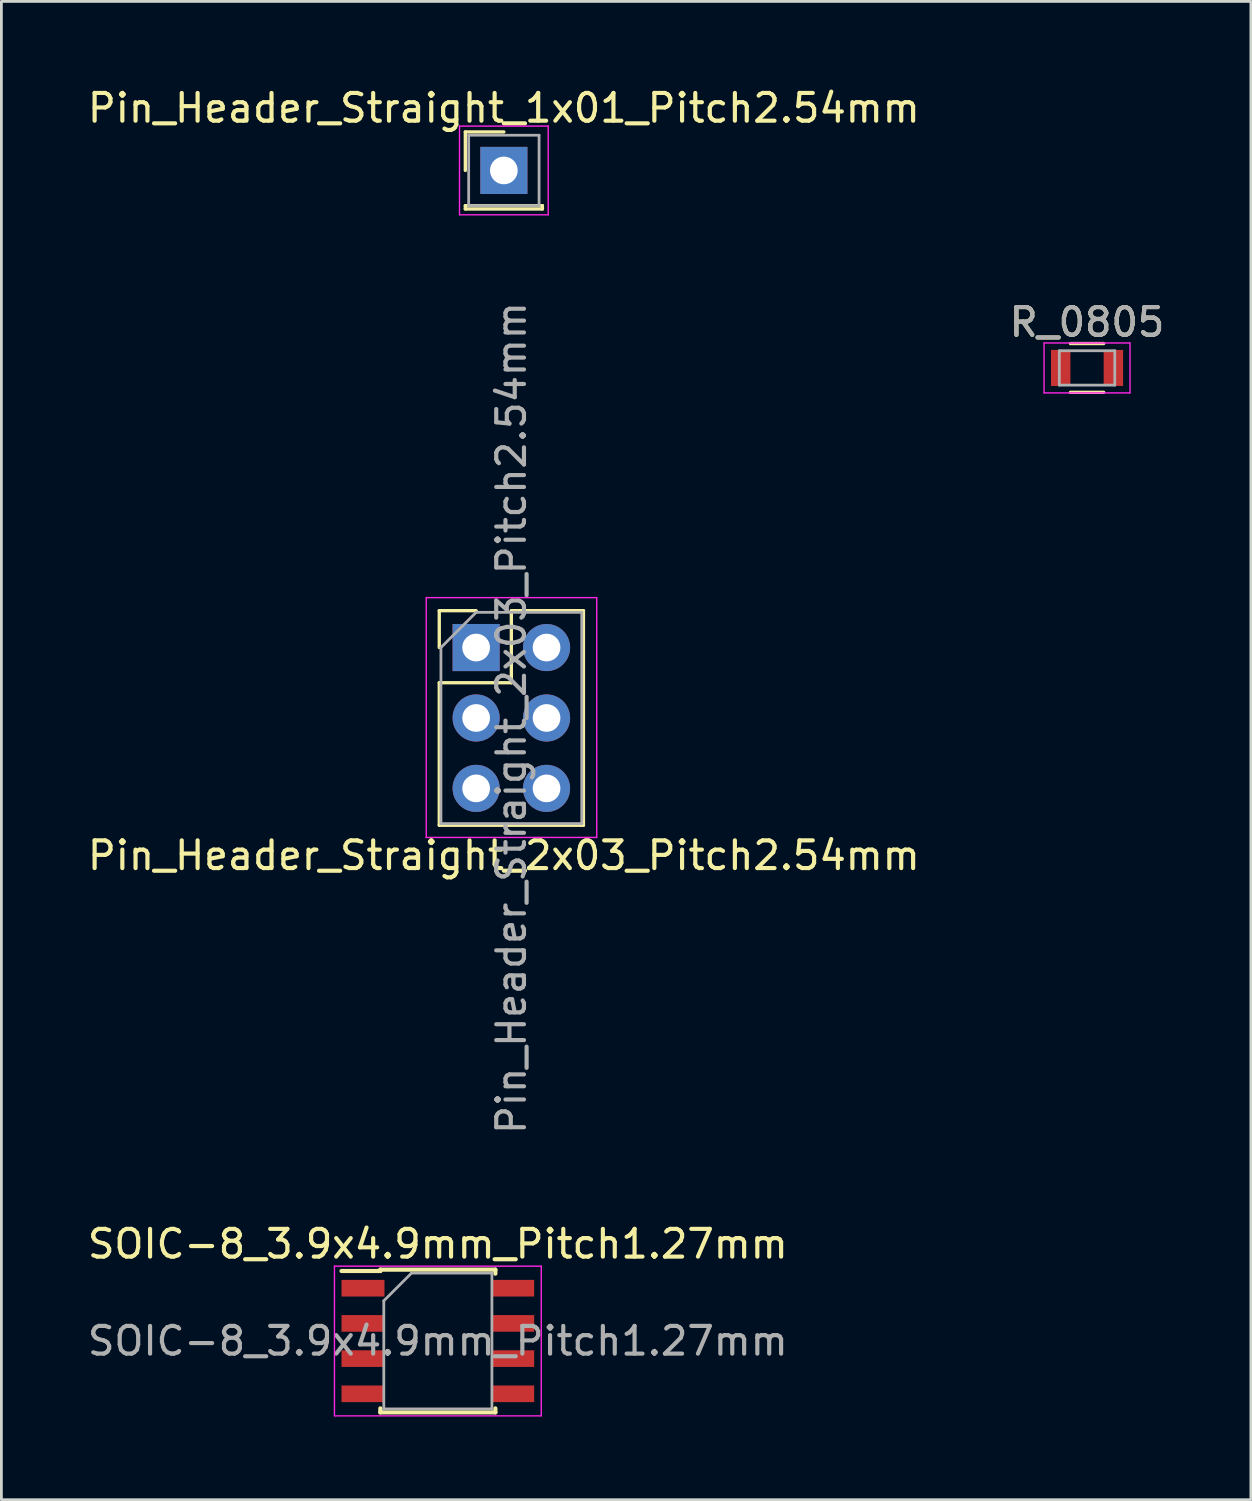
<source format=kicad_pcb>
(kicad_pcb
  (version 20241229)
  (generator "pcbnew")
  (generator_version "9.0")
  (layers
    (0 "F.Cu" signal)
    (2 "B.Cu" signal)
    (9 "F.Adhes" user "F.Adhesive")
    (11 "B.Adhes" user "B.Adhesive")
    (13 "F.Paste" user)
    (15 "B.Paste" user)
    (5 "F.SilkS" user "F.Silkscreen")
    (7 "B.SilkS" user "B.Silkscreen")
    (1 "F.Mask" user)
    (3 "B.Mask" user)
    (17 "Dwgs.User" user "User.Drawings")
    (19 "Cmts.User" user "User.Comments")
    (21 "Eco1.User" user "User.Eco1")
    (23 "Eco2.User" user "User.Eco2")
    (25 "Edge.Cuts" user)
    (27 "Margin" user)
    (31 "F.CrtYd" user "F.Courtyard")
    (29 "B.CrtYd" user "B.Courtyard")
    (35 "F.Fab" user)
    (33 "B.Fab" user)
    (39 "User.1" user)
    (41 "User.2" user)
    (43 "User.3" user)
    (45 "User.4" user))
  (footprint "Pin_Header_Straight_1x01_Pitch2.54mm"
    (layer "F.Cu")
    (at 15.125 3.098)
    (property "Reference" "Pin_Header_Straight_1x01_Pitch2.54mm" (at 0 -2.25 0) (layer "F.SilkS") (effects (font (size 1 1) (thickness 0.15))))
    (attr through_hole)
    (fp_line (start -1.39 -1.39) (end 0 -1.39) (stroke (width 0.12) (type solid)) (layer "F.SilkS"))
    (fp_line (start -1.39 0) (end -1.39 -1.39) (stroke (width 0.12) (type solid)) (layer "F.SilkS"))
    (fp_line (start -1.39 1.27) (end -1.39 1.39) (stroke (width 0.12) (type solid)) (layer "F.SilkS"))
    (fp_line (start -1.39 1.39) (end 1.39 1.39) (stroke (width 0.12) (type solid)) (layer "F.SilkS"))
    (fp_line (start 1.39 1.27) (end -1.39 1.27) (stroke (width 0.12) (type solid)) (layer "F.SilkS"))
    (fp_line (start 1.39 1.39) (end 1.39 1.27) (stroke (width 0.12) (type solid)) (layer "F.SilkS"))
    (fp_line (start -1.6 -1.6) (end -1.6 1.6) (stroke (width 0.05) (type solid)) (layer "F.CrtYd"))
    (fp_line (start -1.6 1.6) (end 1.6 1.6) (stroke (width 0.05) (type solid)) (layer "F.CrtYd"))
    (fp_line (start 1.6 -1.6) (end -1.6 -1.6) (stroke (width 0.05) (type solid)) (layer "F.CrtYd"))
    (fp_line (start 1.6 1.6) (end 1.6 -1.6) (stroke (width 0.05) (type solid)) (layer "F.CrtYd"))
    (fp_line (start -1.27 -1.27) (end -1.27 1.27) (stroke (width 0.1) (type solid)) (layer "F.Fab"))
    (fp_line (start -1.27 1.27) (end 1.27 1.27) (stroke (width 0.1) (type solid)) (layer "F.Fab"))
    (fp_line (start 1.27 -1.27) (end -1.27 -1.27) (stroke (width 0.1) (type solid)) (layer "F.Fab"))
    (fp_line (start 1.27 1.27) (end 1.27 -1.27) (stroke (width 0.1) (type solid)) (layer "F.Fab"))
    (pad "1" thru_hole rect (at 0 0) (size 1.7 1.7) (drill 1) (layers "*.Cu" "*.Mask")))
  (footprint "R_0805"
    (layer "F.Cu")
    (at 36.161 10.222)
    (property "Reference" "R_0805" (at 0 -1.65 0) (layer "F.SilkS") (effects (font (size 1 1) (thickness 0.15))))
    (attr smd)
    (fp_line (start -0.6 -0.88) (end 0.6 -0.88) (stroke (width 0.12) (type solid)) (layer "F.SilkS"))
    (fp_line (start 0.6 0.88) (end -0.6 0.88) (stroke (width 0.12) (type solid)) (layer "F.SilkS"))
    (fp_line (start -1.55 -0.9) (end -1.55 0.9) (stroke (width 0.05) (type solid)) (layer "F.CrtYd"))
    (fp_line (start -1.55 -0.9) (end 1.55 -0.9) (stroke (width 0.05) (type solid)) (layer "F.CrtYd"))
    (fp_line (start 1.55 0.9) (end -1.55 0.9) (stroke (width 0.05) (type solid)) (layer "F.CrtYd"))
    (fp_line (start 1.55 0.9) (end 1.55 -0.9) (stroke (width 0.05) (type solid)) (layer "F.CrtYd"))
    (fp_line (start -1 -0.62) (end 1 -0.62) (stroke (width 0.1) (type solid)) (layer "F.Fab"))
    (fp_line (start -1 0.62) (end -1 -0.62) (stroke (width 0.1) (type solid)) (layer "F.Fab"))
    (fp_line (start 1 -0.62) (end 1 0.62) (stroke (width 0.1) (type solid)) (layer "F.Fab"))
    (fp_line (start 1 0.62) (end -1 0.62) (stroke (width 0.1) (type solid)) (layer "F.Fab"))
    (fp_text user "${REFERENCE}" (at 0 -1.65 0) (layer "F.Fab") (effects (font (size 1 1) (thickness 0.15))))
    (pad "1" smd rect (at -0.95 0) (size 0.7 1.3) (layers "F.Cu" "F.Mask" "F.Paste"))
    (pad "2" smd rect (at 0.95 0) (size 0.7 1.3) (layers "F.Cu" "F.Mask" "F.Paste")))
  (footprint "Pin_Header_Straight_2x03_Pitch2.54mm"
    (layer "F.Cu")
    (at 14.125 20.308)
    (property "Reference" "Pin_Header_Straight_2x03_Pitch2.54mm" (at 1 7.5 0) (layer "F.SilkS") (effects (font (size 1 1) (thickness 0.15))))
    (attr through_hole)
    (fp_line (start -1.33 -1.33) (end 0 -1.33) (stroke (width 0.12) (type solid)) (layer "F.SilkS"))
    (fp_line (start -1.33 0) (end -1.33 -1.33) (stroke (width 0.12) (type solid)) (layer "F.SilkS"))
    (fp_line (start -1.33 1.27) (end -1.33 6.41) (stroke (width 0.12) (type solid)) (layer "F.SilkS"))
    (fp_line (start -1.33 1.27) (end 1.27 1.27) (stroke (width 0.12) (type solid)) (layer "F.SilkS"))
    (fp_line (start -1.33 6.41) (end 3.87 6.41) (stroke (width 0.12) (type solid)) (layer "F.SilkS"))
    (fp_line (start 1.27 -1.33) (end 3.87 -1.33) (stroke (width 0.12) (type solid)) (layer "F.SilkS"))
    (fp_line (start 1.27 1.27) (end 1.27 -1.33) (stroke (width 0.12) (type solid)) (layer "F.SilkS"))
    (fp_line (start 3.87 -1.33) (end 3.87 6.41) (stroke (width 0.12) (type solid)) (layer "F.SilkS"))
    (fp_line (start -1.8 -1.8) (end -1.8 6.85) (stroke (width 0.05) (type solid)) (layer "F.CrtYd"))
    (fp_line (start -1.8 6.85) (end 4.35 6.85) (stroke (width 0.05) (type solid)) (layer "F.CrtYd"))
    (fp_line (start 4.35 -1.8) (end -1.8 -1.8) (stroke (width 0.05) (type solid)) (layer "F.CrtYd"))
    (fp_line (start 4.35 6.85) (end 4.35 -1.8) (stroke (width 0.05) (type solid)) (layer "F.CrtYd"))
    (fp_line (start -1.27 0) (end 0 -1.27) (stroke (width 0.1) (type solid)) (layer "F.Fab"))
    (fp_line (start -1.27 6.35) (end -1.27 0) (stroke (width 0.1) (type solid)) (layer "F.Fab"))
    (fp_line (start 0 -1.27) (end 3.81 -1.27) (stroke (width 0.1) (type solid)) (layer "F.Fab"))
    (fp_line (start 3.81 -1.27) (end 3.81 6.35) (stroke (width 0.1) (type solid)) (layer "F.Fab"))
    (fp_line (start 3.81 6.35) (end -1.27 6.35) (stroke (width 0.1) (type solid)) (layer "F.Fab"))
    (fp_text user "${REFERENCE}" (at 1.27 2.54 90) (layer "F.Fab") (effects (font (size 1 1) (thickness 0.15))))
    (pad "1" thru_hole rect (at 0 0) (size 1.7 1.7) (drill 1) (layers "*.Cu" "*.Mask"))
    (pad "2" thru_hole oval (at 2.54 0) (size 1.7 1.7) (drill 1) (layers "*.Cu" "*.Mask"))
    (pad "3" thru_hole oval (at 0 2.54) (size 1.7 1.7) (drill 1) (layers "*.Cu" "*.Mask"))
    (pad "4" thru_hole oval (at 2.54 2.54) (size 1.7 1.7) (drill 1) (layers "*.Cu" "*.Mask"))
    (pad "5" thru_hole oval (at 0 5.08) (size 1.7 1.7) (drill 1) (layers "*.Cu" "*.Mask"))
    (pad "6" thru_hole oval (at 2.54 5.08) (size 1.7 1.7) (drill 1) (layers "*.Cu" "*.Mask")))
  (footprint "SOIC-8_3.9x4.9mm_Pitch1.27mm"
    (layer "F.Cu")
    (at 12.744 45.322)
    (property "Reference" "SOIC-8_3.9x4.9mm_Pitch1.27mm" (at 0 -3.5 0) (layer "F.SilkS") (effects (font (size 1 1) (thickness 0.15))))
    (attr smd)
    (fp_line (start -2.075 -2.575) (end -2.075 -2.525) (stroke (width 0.15) (type solid)) (layer "F.SilkS"))
    (fp_line (start -2.075 -2.575) (end 2.075 -2.575) (stroke (width 0.15) (type solid)) (layer "F.SilkS"))
    (fp_line (start -2.075 -2.525) (end -3.475 -2.525) (stroke (width 0.15) (type solid)) (layer "F.SilkS"))
    (fp_line (start -2.075 2.575) (end -2.075 2.43) (stroke (width 0.15) (type solid)) (layer "F.SilkS"))
    (fp_line (start -2.075 2.575) (end 2.075 2.575) (stroke (width 0.15) (type solid)) (layer "F.SilkS"))
    (fp_line (start 2.075 -2.575) (end 2.075 -2.43) (stroke (width 0.15) (type solid)) (layer "F.SilkS"))
    (fp_line (start 2.075 2.575) (end 2.075 2.43) (stroke (width 0.15) (type solid)) (layer "F.SilkS"))
    (fp_line (start -3.73 -2.7) (end -3.73 2.7) (stroke (width 0.05) (type solid)) (layer "F.CrtYd"))
    (fp_line (start -3.73 -2.7) (end 3.73 -2.7) (stroke (width 0.05) (type solid)) (layer "F.CrtYd"))
    (fp_line (start -3.73 2.7) (end 3.73 2.7) (stroke (width 0.05) (type solid)) (layer "F.CrtYd"))
    (fp_line (start 3.73 -2.7) (end 3.73 2.7) (stroke (width 0.05) (type solid)) (layer "F.CrtYd"))
    (fp_line (start -1.95 -1.45) (end -0.95 -2.45) (stroke (width 0.1) (type solid)) (layer "F.Fab"))
    (fp_line (start -1.95 2.45) (end -1.95 -1.45) (stroke (width 0.1) (type solid)) (layer "F.Fab"))
    (fp_line (start -0.95 -2.45) (end 1.95 -2.45) (stroke (width 0.1) (type solid)) (layer "F.Fab"))
    (fp_line (start 1.95 -2.45) (end 1.95 2.45) (stroke (width 0.1) (type solid)) (layer "F.Fab"))
    (fp_line (start 1.95 2.45) (end -1.95 2.45) (stroke (width 0.1) (type solid)) (layer "F.Fab"))
    (fp_text user "${REFERENCE}" (at 0 0 0) (layer "F.Fab") (effects (font (size 1 1) (thickness 0.15))))
    (pad "1" smd rect (at -2.7 -1.905) (size 1.55 0.6) (layers "F.Cu" "F.Mask" "F.Paste"))
    (pad "2" smd rect (at -2.7 -0.635) (size 1.55 0.6) (layers "F.Cu" "F.Mask" "F.Paste"))
    (pad "3" smd rect (at -2.7 0.635) (size 1.55 0.6) (layers "F.Cu" "F.Mask" "F.Paste"))
    (pad "4" smd rect (at -2.7 1.905) (size 1.55 0.6) (layers "F.Cu" "F.Mask" "F.Paste"))
    (pad "5" smd rect (at 2.7 1.905) (size 1.55 0.6) (layers "F.Cu" "F.Mask" "F.Paste"))
    (pad "6" smd rect (at 2.7 0.635) (size 1.55 0.6) (layers "F.Cu" "F.Mask" "F.Paste"))
    (pad "7" smd rect (at 2.7 -0.635) (size 1.55 0.6) (layers "F.Cu" "F.Mask" "F.Paste"))
    (pad "8" smd rect (at 2.7 -1.905) (size 1.55 0.6) (layers "F.Cu" "F.Mask" "F.Paste")))
  (gr_rect
    (start -3 -3)
    (end 42.071 51.047)
    (stroke (width 0.1) (type default))
    (fill no)
    (layer "Edge.Cuts")))
</source>
